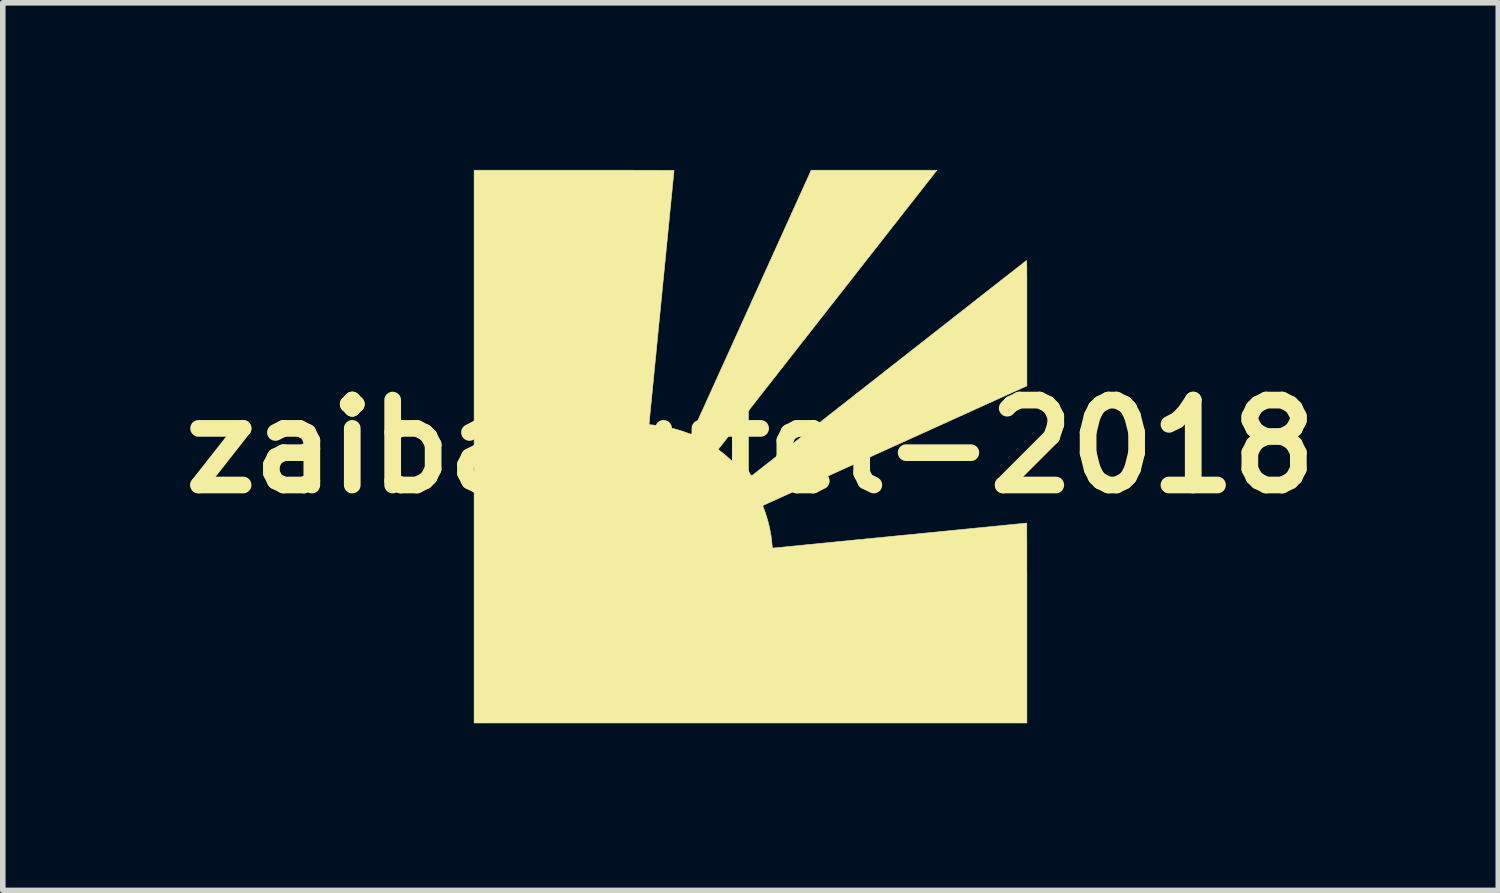
<source format=kicad_pcb>
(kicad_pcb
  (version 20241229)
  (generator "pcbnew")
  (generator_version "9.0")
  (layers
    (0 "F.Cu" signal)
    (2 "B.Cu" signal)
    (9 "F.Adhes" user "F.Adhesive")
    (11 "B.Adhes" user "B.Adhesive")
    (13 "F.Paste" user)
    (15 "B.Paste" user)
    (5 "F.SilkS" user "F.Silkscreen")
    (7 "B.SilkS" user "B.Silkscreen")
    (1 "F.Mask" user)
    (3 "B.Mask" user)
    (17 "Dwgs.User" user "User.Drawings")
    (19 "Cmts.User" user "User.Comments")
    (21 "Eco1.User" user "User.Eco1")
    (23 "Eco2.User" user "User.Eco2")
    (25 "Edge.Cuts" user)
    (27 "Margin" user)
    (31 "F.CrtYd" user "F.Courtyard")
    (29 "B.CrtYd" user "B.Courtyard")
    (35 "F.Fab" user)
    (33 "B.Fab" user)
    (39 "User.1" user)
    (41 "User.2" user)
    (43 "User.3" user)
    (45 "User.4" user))
  (footprint "zaibatsutel-2018"
    (layer "F.Cu")
    (at 10.421 4.966)
    (property "Reference" "zaibatsutel-2018" (at 0 0 0) (layer "F.SilkS") (effects (font (size 1.524 1.524) (thickness 0.3))))
    (attr through_hole)
    (fp_poly (pts (xy -3.016 -4.961) (xy -2.872 -4.961) (xy -2.736 -4.961) (xy -2.608 -4.961) (xy -2.486 -4.961) (xy -2.373 -4.961) (xy -2.266 -4.961) (xy -2.166 -4.961) (xy -2.072 -4.96) (xy -1.986 -4.96) (xy -1.905 -4.96) (xy -1.831 -4.96) (xy -1.764 -4.96) (xy -1.702 -4.96) (xy -1.646 -4.96) (xy -1.596 -4.959) (xy -1.551 -4.959) (xy -1.512 -4.959) (xy -1.477 -4.959) (xy -1.448 -4.958) (xy -1.424 -4.958) (xy -1.405 -4.958) (xy -1.391 -4.957) (xy -1.38 -4.957) (xy -1.375 -4.957) (xy -1.373 -4.956) (xy -1.373 -4.955) (xy -1.373 -4.952) (xy -1.374 -4.948) (xy -1.375 -4.941) (xy -1.375 -4.931) (xy -1.377 -4.919) (xy -1.378 -4.904) (xy -1.38 -4.886) (xy -1.382 -4.864) (xy -1.384 -4.839) (xy -1.387 -4.809) (xy -1.391 -4.774) (xy -1.395 -4.735) (xy -1.399 -4.691) (xy -1.404 -4.641) (xy -1.409 -4.586) (xy -1.415 -4.525) (xy -1.422 -4.458) (xy -1.429 -4.385) (xy -1.437 -4.304) (xy -1.446 -4.217) (xy -1.455 -4.122) (xy -1.464 -4.026) (xy -1.469 -3.978) (xy -1.474 -3.927) (xy -1.479 -3.876) (xy -1.484 -3.826) (xy -1.489 -3.778) (xy -1.493 -3.733) (xy -1.497 -3.692) (xy -1.501 -3.658) (xy -1.502 -3.643) (xy -1.505 -3.613) (xy -1.509 -3.577) (xy -1.513 -3.535) (xy -1.517 -3.488) (xy -1.522 -3.439) (xy -1.527 -3.388) (xy -1.532 -3.336) (xy -1.538 -3.284) (xy -1.542 -3.24) (xy -1.547 -3.19) (xy -1.552 -3.137) (xy -1.557 -3.082) (xy -1.563 -3.028) (xy -1.568 -2.976) (xy -1.573 -2.927) (xy -1.577 -2.882) (xy -1.581 -2.842) (xy -1.584 -2.816) (xy -1.588 -2.773) (xy -1.592 -2.726) (xy -1.597 -2.678) (xy -1.602 -2.629) (xy -1.607 -2.583) (xy -1.611 -2.54) (xy -1.613 -2.514) (xy -1.617 -2.478) (xy -1.621 -2.435) (xy -1.626 -2.386) (xy -1.631 -2.331) (xy -1.637 -2.271) (xy -1.644 -2.208) (xy -1.65 -2.141) (xy -1.657 -2.073) (xy -1.664 -2.002) (xy -1.671 -1.932) (xy -1.678 -1.861) (xy -1.685 -1.791) (xy -1.689 -1.75) (xy -1.692 -1.72) (xy -1.695 -1.683) (xy -1.699 -1.641) (xy -1.704 -1.595) (xy -1.709 -1.545) (xy -1.714 -1.494) (xy -1.719 -1.442) (xy -1.724 -1.391) (xy -1.728 -1.349) (xy -1.733 -1.298) (xy -1.739 -1.243) (xy -1.744 -1.187) (xy -1.75 -1.13) (xy -1.755 -1.074) (xy -1.76 -1.021) (xy -1.765 -0.973) (xy -1.77 -0.929) (xy -1.772 -0.905) (xy -1.776 -0.859) (xy -1.781 -0.809) (xy -1.787 -0.757) (xy -1.792 -0.704) (xy -1.797 -0.653) (xy -1.802 -0.605) (xy -1.806 -0.563) (xy -1.806 -0.558) (xy -1.81 -0.523) (xy -1.813 -0.491) (xy -1.815 -0.462) (xy -1.818 -0.437) (xy -1.819 -0.417) (xy -1.821 -0.403) (xy -1.821 -0.396) (xy -1.821 -0.395) (xy -1.817 -0.394) (xy -1.806 -0.393) (xy -1.791 -0.391) (xy -1.772 -0.39) (xy -1.766 -0.389) (xy -1.631 -0.374) (xy -1.498 -0.35) (xy -1.366 -0.319) (xy -1.234 -0.28) (xy -1.135 -0.245) (xy -1.113 -0.237) (xy -1.093 -0.23) (xy -1.076 -0.225) (xy -1.065 -0.222) (xy -1.059 -0.221) (xy -1.059 -0.221) (xy -1.056 -0.226) (xy -1.051 -0.236) (xy -1.044 -0.251) (xy -1.036 -0.269) (xy -1.034 -0.274) (xy -1.013 -0.319) (xy -0.996 -0.357) (xy -0.98 -0.392) (xy -0.966 -0.424) (xy -0.952 -0.456) (xy -0.937 -0.487) (xy -0.922 -0.521) (xy -0.909 -0.55) (xy -0.896 -0.578) (xy -0.884 -0.606) (xy -0.872 -0.631) (xy -0.862 -0.653) (xy -0.854 -0.67) (xy -0.849 -0.681) (xy -0.849 -0.683) (xy -0.843 -0.694) (xy -0.835 -0.711) (xy -0.826 -0.733) (xy -0.815 -0.757) (xy -0.804 -0.782) (xy -0.801 -0.788) (xy -0.788 -0.817) (xy -0.774 -0.848) (xy -0.759 -0.88) (xy -0.746 -0.91) (xy -0.735 -0.933) (xy -0.724 -0.958) (xy -0.71 -0.987) (xy -0.696 -1.019) (xy -0.682 -1.051) (xy -0.669 -1.079) (xy -0.652 -1.116) (xy -0.635 -1.154) (xy -0.618 -1.192) (xy -0.601 -1.229) (xy -0.585 -1.265) (xy -0.57 -1.299) (xy -0.556 -1.329) (xy -0.544 -1.356) (xy -0.534 -1.378) (xy -0.527 -1.394) (xy -0.523 -1.401) (xy -0.518 -1.413) (xy -0.51 -1.43) (xy -0.5 -1.451) (xy -0.489 -1.475) (xy -0.478 -1.5) (xy -0.477 -1.502) (xy -0.465 -1.529) (xy -0.452 -1.558) (xy -0.439 -1.586) (xy -0.428 -1.611) (xy -0.42 -1.629) (xy -0.411 -1.649) (xy -0.399 -1.675) (xy -0.386 -1.703) (xy -0.373 -1.732) (xy -0.361 -1.759) (xy -0.36 -1.76) (xy -0.347 -1.789) (xy -0.333 -1.82) (xy -0.319 -1.851) (xy -0.306 -1.88) (xy -0.296 -1.903) (xy -0.288 -1.92) (xy -0.277 -1.944) (xy -0.264 -1.972) (xy -0.25 -2.004) (xy -0.234 -2.039) (xy -0.217 -2.076) (xy -0.2 -2.113) (xy -0.191 -2.135) (xy -0.174 -2.172) (xy -0.157 -2.209) (xy -0.141 -2.246) (xy -0.125 -2.28) (xy -0.111 -2.31) (xy -0.099 -2.337) (xy -0.09 -2.358) (xy -0.085 -2.367) (xy -0.073 -2.395) (xy -0.059 -2.426) (xy -0.044 -2.458) (xy -0.031 -2.487) (xy -0.028 -2.494) (xy -0.017 -2.517) (xy -0.007 -2.54) (xy 0.002 -2.56) (xy 0.009 -2.576) (xy 0.013 -2.584) (xy 0.018 -2.595) (xy 0.026 -2.612) (xy 0.035 -2.634) (xy 0.046 -2.658) (xy 0.058 -2.683) (xy 0.06 -2.689) (xy 0.073 -2.718) (xy 0.088 -2.749) (xy 0.102 -2.781) (xy 0.116 -2.811) (xy 0.126 -2.834) (xy 0.137 -2.859) (xy 0.151 -2.888) (xy 0.165 -2.92) (xy 0.18 -2.952) (xy 0.193 -2.981) (xy 0.209 -3.017) (xy 0.226 -3.055) (xy 0.243 -3.093) (xy 0.26 -3.13) (xy 0.276 -3.166) (xy 0.292 -3.2) (xy 0.305 -3.23) (xy 0.318 -3.257) (xy 0.327 -3.279) (xy 0.335 -3.295) (xy 0.338 -3.302) (xy 0.343 -3.314) (xy 0.351 -3.331) (xy 0.361 -3.352) (xy 0.372 -3.376) (xy 0.383 -3.401) (xy 0.384 -3.403) (xy 0.396 -3.43) (xy 0.409 -3.458) (xy 0.421 -3.486) (xy 0.432 -3.511) (xy 0.441 -3.528) (xy 0.45 -3.548) (xy 0.461 -3.573) (xy 0.473 -3.6) (xy 0.486 -3.629) (xy 0.498 -3.655) (xy 0.51 -3.683) (xy 0.523 -3.711) (xy 0.536 -3.74) (xy 0.548 -3.765) (xy 0.557 -3.784) (xy 0.566 -3.805) (xy 0.578 -3.831) (xy 0.591 -3.859) (xy 0.604 -3.888) (xy 0.613 -3.909) (xy 0.625 -3.936) (xy 0.639 -3.965) (xy 0.651 -3.994) (xy 0.663 -4.02) (xy 0.671 -4.036) (xy 0.68 -4.057) (xy 0.692 -4.083) (xy 0.705 -4.112) (xy 0.719 -4.141) (xy 0.73 -4.167) (xy 0.747 -4.204) (xy 0.764 -4.243) (xy 0.781 -4.281) (xy 0.798 -4.318) (xy 0.814 -4.354) (xy 0.83 -4.388) (xy 0.843 -4.418) (xy 0.855 -4.443) (xy 0.864 -4.464) (xy 0.871 -4.479) (xy 0.874 -4.485) (xy 0.879 -4.496) (xy 0.887 -4.514) (xy 0.897 -4.535) (xy 0.908 -4.559) (xy 0.919 -4.584) (xy 0.92 -4.586) (xy 0.933 -4.615) (xy 0.948 -4.649) (xy 0.964 -4.684) (xy 0.979 -4.717) (xy 0.988 -4.737) (xy 1.002 -4.766) (xy 1.017 -4.8) (xy 1.032 -4.834) (xy 1.047 -4.867) (xy 1.056 -4.887) (xy 1.089 -4.961) (xy 3.346 -4.961) (xy 3.313 -4.919) (xy 3.299 -4.901) (xy 3.285 -4.883) (xy 3.273 -4.868) (xy 3.264 -4.857) (xy 3.264 -4.857) (xy 3.255 -4.845) (xy 3.243 -4.83) (xy 3.23 -4.812) (xy 3.216 -4.794) (xy 3.215 -4.794) (xy 3.186 -4.757) (xy 3.16 -4.724) (xy 3.135 -4.691) (xy 3.107 -4.656) (xy 3.102 -4.649) (xy 3.087 -4.63) (xy 3.071 -4.61) (xy 3.056 -4.591) (xy 3.044 -4.576) (xy 3.035 -4.565) (xy 3.023 -4.549) (xy 3.007 -4.528) (xy 2.989 -4.506) (xy 2.97 -4.481) (xy 2.951 -4.457) (xy 2.932 -4.432) (xy 2.912 -4.408) (xy 2.895 -4.385) (xy 2.879 -4.365) (xy 2.866 -4.349) (xy 2.858 -4.338) (xy 2.849 -4.327) (xy 2.836 -4.31) (xy 2.82 -4.29) (xy 2.802 -4.267) (xy 2.783 -4.243) (xy 2.764 -4.219) (xy 2.745 -4.194) (xy 2.726 -4.169) (xy 2.707 -4.146) (xy 2.691 -4.125) (xy 2.678 -4.109) (xy 2.67 -4.098) (xy 2.657 -4.082) (xy 2.642 -4.062) (xy 2.625 -4.041) (xy 2.611 -4.023) (xy 2.595 -4.002) (xy 2.576 -3.978) (xy 2.557 -3.955) (xy 2.543 -3.936) (xy 2.514 -3.9) (xy 2.489 -3.867) (xy 2.463 -3.834) (xy 2.436 -3.8) (xy 2.427 -3.788) (xy 2.412 -3.769) (xy 2.396 -3.749) (xy 2.381 -3.73) (xy 2.37 -3.715) (xy 2.361 -3.704) (xy 2.348 -3.687) (xy 2.332 -3.667) (xy 2.314 -3.644) (xy 2.295 -3.62) (xy 2.276 -3.596) (xy 2.257 -3.571) (xy 2.237 -3.546) (xy 2.219 -3.523) (xy 2.203 -3.502) (xy 2.19 -3.486) (xy 2.181 -3.475) (xy 2.169 -3.459) (xy 2.153 -3.439) (xy 2.136 -3.416) (xy 2.117 -3.392) (xy 2.097 -3.368) (xy 2.079 -3.344) (xy 2.061 -3.322) (xy 2.046 -3.302) (xy 2.034 -3.287) (xy 2.026 -3.276) (xy 2.026 -3.276) (xy 2.018 -3.266) (xy 2.006 -3.251) (xy 1.992 -3.233) (xy 1.977 -3.214) (xy 1.968 -3.203) (xy 1.947 -3.175) (xy 1.929 -3.153) (xy 1.914 -3.134) (xy 1.901 -3.117) (xy 1.889 -3.101) (xy 1.876 -3.084) (xy 1.861 -3.066) (xy 1.855 -3.057) (xy 1.836 -3.034) (xy 1.815 -3.006) (xy 1.791 -2.976) (xy 1.766 -2.944) (xy 1.742 -2.913) (xy 1.719 -2.885) (xy 1.7 -2.86) (xy 1.695 -2.854) (xy 1.686 -2.842) (xy 1.673 -2.826) (xy 1.658 -2.806) (xy 1.64 -2.783) (xy 1.621 -2.759) (xy 1.602 -2.734) (xy 1.582 -2.709) (xy 1.563 -2.685) (xy 1.545 -2.662) (xy 1.529 -2.641) (xy 1.516 -2.625) (xy 1.507 -2.613) (xy 1.494 -2.597) (xy 1.479 -2.578) (xy 1.461 -2.555) (xy 1.442 -2.531) (xy 1.423 -2.507) (xy 1.404 -2.483) (xy 1.387 -2.46) (xy 1.372 -2.441) (xy 1.36 -2.426) (xy 1.351 -2.415) (xy 1.351 -2.415) (xy 1.343 -2.405) (xy 1.332 -2.39) (xy 1.318 -2.372) (xy 1.303 -2.353) (xy 1.294 -2.341) (xy 1.272 -2.314) (xy 1.255 -2.292) (xy 1.24 -2.273) (xy 1.227 -2.256) (xy 1.214 -2.24) (xy 1.201 -2.223) (xy 1.187 -2.205) (xy 1.18 -2.196) (xy 1.162 -2.173) (xy 1.14 -2.145) (xy 1.116 -2.114) (xy 1.091 -2.083) (xy 1.067 -2.052) (xy 1.045 -2.023) (xy 1.025 -1.999) (xy 1.02 -1.992) (xy 1.011 -1.981) (xy 0.999 -1.965) (xy 0.983 -1.945) (xy 0.965 -1.922) (xy 0.946 -1.897) (xy 0.927 -1.873) (xy 0.907 -1.848) (xy 0.888 -1.824) (xy 0.87 -1.8) (xy 0.854 -1.78) (xy 0.841 -1.763) (xy 0.832 -1.752) (xy 0.82 -1.736) (xy 0.804 -1.716) (xy 0.788 -1.696) (xy 0.774 -1.678) (xy 0.751 -1.648) (xy 0.724 -1.615) (xy 0.694 -1.576) (xy 0.66 -1.533) (xy 0.647 -1.516) (xy 0.635 -1.501) (xy 0.621 -1.482) (xy 0.605 -1.462) (xy 0.59 -1.443) (xy 0.575 -1.423) (xy 0.559 -1.403) (xy 0.544 -1.384) (xy 0.532 -1.369) (xy 0.523 -1.358) (xy 0.51 -1.342) (xy 0.495 -1.322) (xy 0.477 -1.299) (xy 0.458 -1.274) (xy 0.439 -1.25) (xy 0.419 -1.225) (xy 0.4 -1.201) (xy 0.382 -1.178) (xy 0.367 -1.158) (xy 0.354 -1.142) (xy 0.345 -1.131) (xy 0.337 -1.12) (xy 0.324 -1.104) (xy 0.308 -1.084) (xy 0.29 -1.061) (xy 0.271 -1.036) (xy 0.252 -1.012) (xy 0.233 -0.987) (xy 0.213 -0.962) (xy 0.195 -0.939) (xy 0.179 -0.919) (xy 0.166 -0.902) (xy 0.157 -0.891) (xy 0.145 -0.875) (xy 0.129 -0.855) (xy 0.113 -0.834) (xy 0.099 -0.816) (xy 0.083 -0.796) (xy 0.064 -0.772) (xy 0.045 -0.748) (xy 0.031 -0.729) (xy 0.002 -0.693) (xy -0.023 -0.66) (xy -0.049 -0.628) (xy -0.076 -0.593) (xy -0.085 -0.581) (xy -0.1 -0.562) (xy -0.116 -0.542) (xy -0.131 -0.523) (xy -0.143 -0.508) (xy -0.151 -0.497) (xy -0.164 -0.481) (xy -0.18 -0.46) (xy -0.198 -0.438) (xy -0.217 -0.413) (xy -0.236 -0.389) (xy -0.255 -0.364) (xy -0.274 -0.34) (xy -0.292 -0.317) (xy -0.308 -0.297) (xy -0.321 -0.281) (xy -0.329 -0.27) (xy -0.338 -0.259) (xy -0.351 -0.242) (xy -0.366 -0.222) (xy -0.384 -0.199) (xy -0.404 -0.175) (xy -0.422 -0.151) (xy -0.442 -0.126) (xy -0.461 -0.101) (xy -0.479 -0.078) (xy -0.495 -0.057) (xy -0.509 -0.041) (xy -0.517 -0.03) (xy -0.531 -0.013) (xy -0.545 0.006) (xy -0.558 0.022) (xy -0.562 0.027) (xy -0.581 0.052) (xy -0.569 0.061) (xy -0.54 0.083) (xy -0.507 0.109) (xy -0.472 0.137) (xy -0.437 0.167) (xy -0.402 0.197) (xy -0.371 0.224) (xy -0.344 0.249) (xy -0.343 0.25) (xy -0.304 0.289) (xy -0.263 0.331) (xy -0.223 0.374) (xy -0.184 0.417) (xy -0.147 0.46) (xy -0.113 0.501) (xy -0.083 0.539) (xy -0.058 0.573) (xy -0.055 0.577) (xy -0.05 0.578) (xy -0.041 0.573) (xy -0.039 0.572) (xy -0.034 0.568) (xy -0.024 0.56) (xy -0.008 0.547) (xy 0.013 0.531) (xy 0.039 0.511) (xy 0.07 0.487) (xy 0.105 0.46) (xy 0.143 0.43) (xy 0.185 0.397) (xy 0.229 0.362) (xy 0.277 0.325) (xy 0.327 0.286) (xy 0.379 0.245) (xy 0.432 0.203) (xy 0.44 0.197) (xy 0.494 0.154) (xy 0.547 0.113) (xy 0.598 0.073) (xy 0.646 0.035) (xy 0.692 -0.001) (xy 0.736 -0.035) (xy 0.776 -0.066) (xy 0.812 -0.095) (xy 0.845 -0.12) (xy 0.873 -0.142) (xy 0.896 -0.161) (xy 0.914 -0.175) (xy 0.927 -0.185) (xy 0.934 -0.19) (xy 0.935 -0.191) (xy 0.948 -0.201) (xy 0.966 -0.215) (xy 0.986 -0.23) (xy 1.006 -0.246) (xy 1.014 -0.253) (xy 1.032 -0.267) (xy 1.054 -0.284) (xy 1.08 -0.304) (xy 1.107 -0.326) (xy 1.134 -0.347) (xy 1.153 -0.362) (xy 1.179 -0.382) (xy 1.21 -0.406) (xy 1.246 -0.434) (xy 1.285 -0.465) (xy 1.327 -0.498) (xy 1.37 -0.532) (xy 1.414 -0.566) (xy 1.458 -0.601) (xy 1.501 -0.634) (xy 1.541 -0.666) (xy 1.579 -0.696) (xy 1.607 -0.718) (xy 1.635 -0.739) (xy 1.663 -0.761) (xy 1.693 -0.785) (xy 1.726 -0.811) (xy 1.762 -0.839) (xy 1.803 -0.871) (xy 1.848 -0.906) (xy 1.898 -0.946) (xy 1.899 -0.946) (xy 1.972 -1.003) (xy 2.048 -1.063) (xy 2.125 -1.124) (xy 2.193 -1.177) (xy 2.22 -1.198) (xy 2.25 -1.222) (xy 2.282 -1.246) (xy 2.312 -1.27) (xy 2.338 -1.29) (xy 2.34 -1.292) (xy 2.366 -1.312) (xy 2.396 -1.336) (xy 2.428 -1.361) (xy 2.458 -1.385) (xy 2.484 -1.405) (xy 2.512 -1.427) (xy 2.542 -1.451) (xy 2.574 -1.476) (xy 2.605 -1.5) (xy 2.631 -1.52) (xy 2.658 -1.542) (xy 2.689 -1.566) (xy 2.721 -1.591) (xy 2.752 -1.615) (xy 2.778 -1.635) (xy 2.805 -1.657) (xy 2.836 -1.681) (xy 2.868 -1.706) (xy 2.898 -1.73) (xy 2.926 -1.751) (xy 2.926 -1.751) (xy 2.953 -1.773) (xy 2.984 -1.797) (xy 3.016 -1.822) (xy 3.047 -1.846) (xy 3.074 -1.867) (xy 3.074 -1.867) (xy 3.101 -1.888) (xy 3.132 -1.913) (xy 3.164 -1.938) (xy 3.195 -1.962) (xy 3.221 -1.982) (xy 3.248 -2.004) (xy 3.279 -2.028) (xy 3.311 -2.053) (xy 3.341 -2.077) (xy 3.368 -2.097) (xy 3.394 -2.119) (xy 3.425 -2.143) (xy 3.457 -2.168) (xy 3.487 -2.191) (xy 3.513 -2.212) (xy 3.523 -2.22) (xy 3.54 -2.232) (xy 3.561 -2.249) (xy 3.588 -2.27) (xy 3.62 -2.295) (xy 3.656 -2.324) (xy 3.697 -2.356) (xy 3.742 -2.391) (xy 3.79 -2.429) (xy 3.842 -2.469) (xy 3.897 -2.512) (xy 3.954 -2.557) (xy 4.014 -2.604) (xy 4.076 -2.653) (xy 4.139 -2.702) (xy 4.204 -2.753) (xy 4.266 -2.802) (xy 4.331 -2.853) (xy 4.394 -2.902) (xy 4.456 -2.95) (xy 4.515 -2.997) (xy 4.572 -3.041) (xy 4.626 -3.083) (xy 4.676 -3.123) (xy 4.724 -3.16) (xy 4.768 -3.195) (xy 4.808 -3.226) (xy 4.844 -3.254) (xy 4.875 -3.279) (xy 4.901 -3.299) (xy 4.923 -3.316) (xy 4.939 -3.329) (xy 4.949 -3.337) (xy 4.954 -3.341) (xy 4.954 -3.341) (xy 4.955 -3.341) (xy 4.955 -3.341) (xy 4.956 -3.339) (xy 4.956 -3.337) (xy 4.957 -3.333) (xy 4.957 -3.327) (xy 4.958 -3.318) (xy 4.958 -3.308) (xy 4.959 -3.295) (xy 4.959 -3.279) (xy 4.959 -3.26) (xy 4.96 -3.237) (xy 4.96 -3.211) (xy 4.96 -3.181) (xy 4.96 -3.147) (xy 4.96 -3.108) (xy 4.96 -3.064) (xy 4.961 -3.015) (xy 4.961 -2.961) (xy 4.961 -2.902) (xy 4.961 -2.836) (xy 4.961 -2.765) (xy 4.961 -2.687) (xy 4.961 -2.602) (xy 4.961 -2.511) (xy 4.961 -2.412) (xy 4.961 -2.306) (xy 4.961 -2.218) (xy 4.961 -1.089) (xy 4.93 -1.076) (xy 4.911 -1.067) (xy 4.889 -1.057) (xy 4.869 -1.048) (xy 4.868 -1.047) (xy 4.854 -1.041) (xy 4.835 -1.032) (xy 4.812 -1.022) (xy 4.787 -1.011) (xy 4.761 -0.999) (xy 4.757 -0.997) (xy 4.731 -0.986) (xy 4.707 -0.975) (xy 4.685 -0.965) (xy 4.667 -0.956) (xy 4.654 -0.95) (xy 4.651 -0.949) (xy 4.641 -0.944) (xy 4.624 -0.937) (xy 4.603 -0.927) (xy 4.578 -0.916) (xy 4.551 -0.904) (xy 4.524 -0.892) (xy 4.496 -0.879) (xy 4.47 -0.867) (xy 4.445 -0.856) (xy 4.424 -0.846) (xy 4.407 -0.839) (xy 4.397 -0.834) (xy 4.386 -0.829) (xy 4.369 -0.821) (xy 4.348 -0.812) (xy 4.324 -0.801) (xy 4.298 -0.789) (xy 4.288 -0.785) (xy 4.263 -0.773) (xy 4.238 -0.762) (xy 4.215 -0.752) (xy 4.196 -0.743) (xy 4.183 -0.737) (xy 4.179 -0.735) (xy 4.17 -0.731) (xy 4.161 -0.727) (xy 4.152 -0.723) (xy 4.142 -0.718) (xy 4.13 -0.713) (xy 4.114 -0.706) (xy 4.095 -0.697) (xy 4.07 -0.686) (xy 4.039 -0.672) (xy 4.038 -0.672) (xy 4.013 -0.66) (xy 3.989 -0.649) (xy 3.967 -0.639) (xy 3.948 -0.631) (xy 3.935 -0.625) (xy 3.933 -0.624) (xy 3.922 -0.619) (xy 3.906 -0.611) (xy 3.885 -0.602) (xy 3.86 -0.591) (xy 3.833 -0.578) (xy 3.806 -0.566) (xy 3.778 -0.554) (xy 3.751 -0.542) (xy 3.727 -0.53) (xy 3.705 -0.521) (xy 3.689 -0.513) (xy 3.679 -0.509) (xy 3.668 -0.504) (xy 3.651 -0.496) (xy 3.629 -0.486) (xy 3.605 -0.475) (xy 3.58 -0.464) (xy 3.57 -0.459) (xy 3.545 -0.448) (xy 3.52 -0.437) (xy 3.499 -0.427) (xy 3.481 -0.419) (xy 3.468 -0.413) (xy 3.465 -0.412) (xy 3.455 -0.407) (xy 3.44 -0.4) (xy 3.42 -0.391) (xy 3.396 -0.38) (xy 3.369 -0.368) (xy 3.342 -0.356) (xy 3.314 -0.343) (xy 3.287 -0.331) (xy 3.262 -0.32) (xy 3.241 -0.31) (xy 3.225 -0.303) (xy 3.215 -0.298) (xy 3.204 -0.294) (xy 3.188 -0.286) (xy 3.166 -0.276) (xy 3.142 -0.265) (xy 3.115 -0.253) (xy 3.088 -0.241) (xy 3.06 -0.228) (xy 3.033 -0.216) (xy 3.008 -0.205) (xy 2.987 -0.195) (xy 2.971 -0.188) (xy 2.961 -0.183) (xy 2.949 -0.178) (xy 2.932 -0.17) (xy 2.911 -0.161) (xy 2.887 -0.15) (xy 2.862 -0.138) (xy 2.856 -0.136) (xy 2.83 -0.124) (xy 2.806 -0.113) (xy 2.784 -0.103) (xy 2.765 -0.095) (xy 2.752 -0.089) (xy 2.75 -0.088) (xy 2.74 -0.083) (xy 2.723 -0.076) (xy 2.702 -0.066) (xy 2.677 -0.055) (xy 2.65 -0.043) (xy 2.623 -0.031) (xy 2.595 -0.018) (xy 2.569 -0.006) (xy 2.544 0.005) (xy 2.523 0.015) (xy 2.506 0.022) (xy 2.496 0.027) (xy 2.485 0.032) (xy 2.468 0.04) (xy 2.447 0.05) (xy 2.422 0.061) (xy 2.397 0.072) (xy 2.387 0.077) (xy 2.362 0.088) (xy 2.337 0.099) (xy 2.314 0.11) (xy 2.295 0.118) (xy 2.282 0.124) (xy 2.278 0.126) (xy 2.269 0.13) (xy 2.26 0.134) (xy 2.251 0.138) (xy 2.241 0.143) (xy 2.229 0.148) (xy 2.213 0.155) (xy 2.194 0.164) (xy 2.169 0.176) (xy 2.137 0.19) (xy 2.137 0.19) (xy 2.112 0.201) (xy 2.088 0.212) (xy 2.065 0.222) (xy 2.047 0.23) (xy 2.034 0.236) (xy 2.032 0.237) (xy 2.021 0.242) (xy 2.005 0.25) (xy 1.984 0.259) (xy 1.959 0.271) (xy 1.932 0.283) (xy 1.905 0.295) (xy 1.877 0.308) (xy 1.85 0.32) (xy 1.826 0.331) (xy 1.804 0.34) (xy 1.788 0.348) (xy 1.778 0.352) (xy 1.767 0.358) (xy 1.75 0.365) (xy 1.728 0.375) (xy 1.704 0.386) (xy 1.679 0.398) (xy 1.669 0.402) (xy 1.644 0.413) (xy 1.619 0.424) (xy 1.598 0.434) (xy 1.58 0.442) (xy 1.567 0.448) (xy 1.564 0.45) (xy 1.554 0.454) (xy 1.539 0.461) (xy 1.518 0.47) (xy 1.495 0.481) (xy 1.468 0.493) (xy 1.441 0.505) (xy 1.413 0.518) (xy 1.386 0.53) (xy 1.361 0.541) (xy 1.34 0.551) (xy 1.324 0.558) (xy 1.314 0.563) (xy 1.303 0.568) (xy 1.287 0.575) (xy 1.265 0.585) (xy 1.241 0.596) (xy 1.214 0.608) (xy 1.187 0.62) (xy 1.159 0.633) (xy 1.132 0.645) (xy 1.107 0.656) (xy 1.086 0.666) (xy 1.07 0.673) (xy 1.06 0.678) (xy 1.048 0.683) (xy 1.031 0.691) (xy 1.01 0.701) (xy 0.986 0.712) (xy 0.961 0.723) (xy 0.954 0.726) (xy 0.929 0.737) (xy 0.905 0.748) (xy 0.883 0.758) (xy 0.864 0.766) (xy 0.851 0.772) (xy 0.849 0.773) (xy 0.839 0.778) (xy 0.822 0.786) (xy 0.801 0.795) (xy 0.776 0.806) (xy 0.749 0.819) (xy 0.722 0.831) (xy 0.694 0.843) (xy 0.668 0.855) (xy 0.643 0.867) (xy 0.622 0.876) (xy 0.605 0.884) (xy 0.595 0.888) (xy 0.584 0.893) (xy 0.567 0.901) (xy 0.546 0.911) (xy 0.521 0.922) (xy 0.496 0.933) (xy 0.486 0.938) (xy 0.461 0.949) (xy 0.437 0.96) (xy 0.415 0.97) (xy 0.397 0.978) (xy 0.384 0.984) (xy 0.381 0.985) (xy 0.37 0.99) (xy 0.354 0.998) (xy 0.334 1.007) (xy 0.311 1.017) (xy 0.292 1.026) (xy 0.27 1.036) (xy 0.251 1.044) (xy 0.236 1.052) (xy 0.225 1.057) (xy 0.221 1.059) (xy 0.221 1.064) (xy 0.224 1.074) (xy 0.229 1.088) (xy 0.23 1.091) (xy 0.237 1.109) (xy 0.246 1.133) (xy 0.256 1.161) (xy 0.267 1.193) (xy 0.278 1.227) (xy 0.289 1.261) (xy 0.299 1.293) (xy 0.308 1.323) (xy 0.315 1.349) (xy 0.317 1.355) (xy 0.346 1.477) (xy 0.368 1.597) (xy 0.382 1.714) (xy 0.383 1.722) (xy 0.386 1.753) (xy 0.388 1.776) (xy 0.39 1.794) (xy 0.392 1.806) (xy 0.393 1.814) (xy 0.395 1.819) (xy 0.396 1.821) (xy 0.398 1.822) (xy 0.4 1.822) (xy 0.406 1.821) (xy 0.418 1.82) (xy 0.436 1.819) (xy 0.459 1.816) (xy 0.485 1.814) (xy 0.506 1.812) (xy 0.538 1.809) (xy 0.575 1.805) (xy 0.615 1.801) (xy 0.657 1.797) (xy 0.696 1.793) (xy 0.726 1.79) (xy 0.759 1.787) (xy 0.799 1.783) (xy 0.842 1.779) (xy 0.887 1.774) (xy 0.933 1.77) (xy 0.977 1.765) (xy 1.008 1.762) (xy 1.123 1.751) (xy 1.245 1.739) (xy 1.37 1.727) (xy 1.498 1.714) (xy 1.576 1.706) (xy 1.614 1.703) (xy 1.658 1.698) (xy 1.703 1.694) (xy 1.748 1.689) (xy 1.79 1.685) (xy 1.816 1.683) (xy 1.845 1.68) (xy 1.88 1.676) (xy 1.921 1.672) (xy 1.965 1.668) (xy 2.011 1.664) (xy 2.058 1.659) (xy 2.104 1.654) (xy 2.137 1.651) (xy 2.185 1.646) (xy 2.237 1.641) (xy 2.293 1.636) (xy 2.349 1.63) (xy 2.403 1.625) (xy 2.455 1.62) (xy 2.501 1.615) (xy 2.52 1.613) (xy 2.564 1.609) (xy 2.613 1.604) (xy 2.667 1.599) (xy 2.723 1.593) (xy 2.778 1.588) (xy 2.832 1.583) (xy 2.882 1.578) (xy 2.903 1.576) (xy 2.995 1.567) (xy 3.079 1.558) (xy 3.155 1.551) (xy 3.224 1.544) (xy 3.285 1.538) (xy 3.34 1.533) (xy 3.387 1.528) (xy 3.428 1.524) (xy 3.462 1.52) (xy 3.467 1.52) (xy 3.489 1.518) (xy 3.518 1.515) (xy 3.551 1.512) (xy 3.589 1.508) (xy 3.628 1.504) (xy 3.668 1.5) (xy 3.707 1.496) (xy 3.709 1.496) (xy 3.753 1.492) (xy 3.803 1.487) (xy 3.855 1.482) (xy 3.908 1.477) (xy 3.96 1.471) (xy 4.007 1.467) (xy 4.032 1.464) (xy 4.071 1.46) (xy 4.111 1.457) (xy 4.15 1.453) (xy 4.187 1.449) (xy 4.221 1.446) (xy 4.25 1.443) (xy 4.272 1.441) (xy 4.343 1.434) (xy 4.407 1.427) (xy 4.464 1.422) (xy 4.515 1.417) (xy 4.561 1.412) (xy 4.603 1.408) (xy 4.64 1.404) (xy 4.675 1.401) (xy 4.706 1.398) (xy 4.736 1.395) (xy 4.765 1.392) (xy 4.794 1.389) (xy 4.816 1.387) (xy 4.848 1.384) (xy 4.878 1.381) (xy 4.905 1.378) (xy 4.927 1.376) (xy 4.944 1.374) (xy 4.954 1.373) (xy 4.958 1.373) (xy 4.958 1.377) (xy 4.958 1.389) (xy 4.959 1.408) (xy 4.959 1.434) (xy 4.959 1.467) (xy 4.959 1.507) (xy 4.959 1.553) (xy 4.959 1.606) (xy 4.96 1.664) (xy 4.96 1.728) (xy 4.96 1.798) (xy 4.96 1.873) (xy 4.96 1.952) (xy 4.96 2.037) (xy 4.96 2.126) (xy 4.96 2.219) (xy 4.961 2.316) (xy 4.961 2.416) (xy 4.961 2.52) (xy 4.961 2.627) (xy 4.961 2.738) (xy 4.961 2.851) (xy 4.961 2.966) (xy 4.961 3.083) (xy 4.961 3.167) (xy 4.961 4.961) (xy -4.961 4.961) (xy -4.961 -4.961) (xy -3.167 -4.961) (xy -3.016 -4.961)) (stroke (width 0.01) (type solid)) (fill yes) (layer "F.SilkS")))
  (gr_rect
    (start -3 -3)
    (end 23.843 12.932)
    (stroke (width 0.1) (type default))
    (fill no)
    (layer "Edge.Cuts")))
</source>
